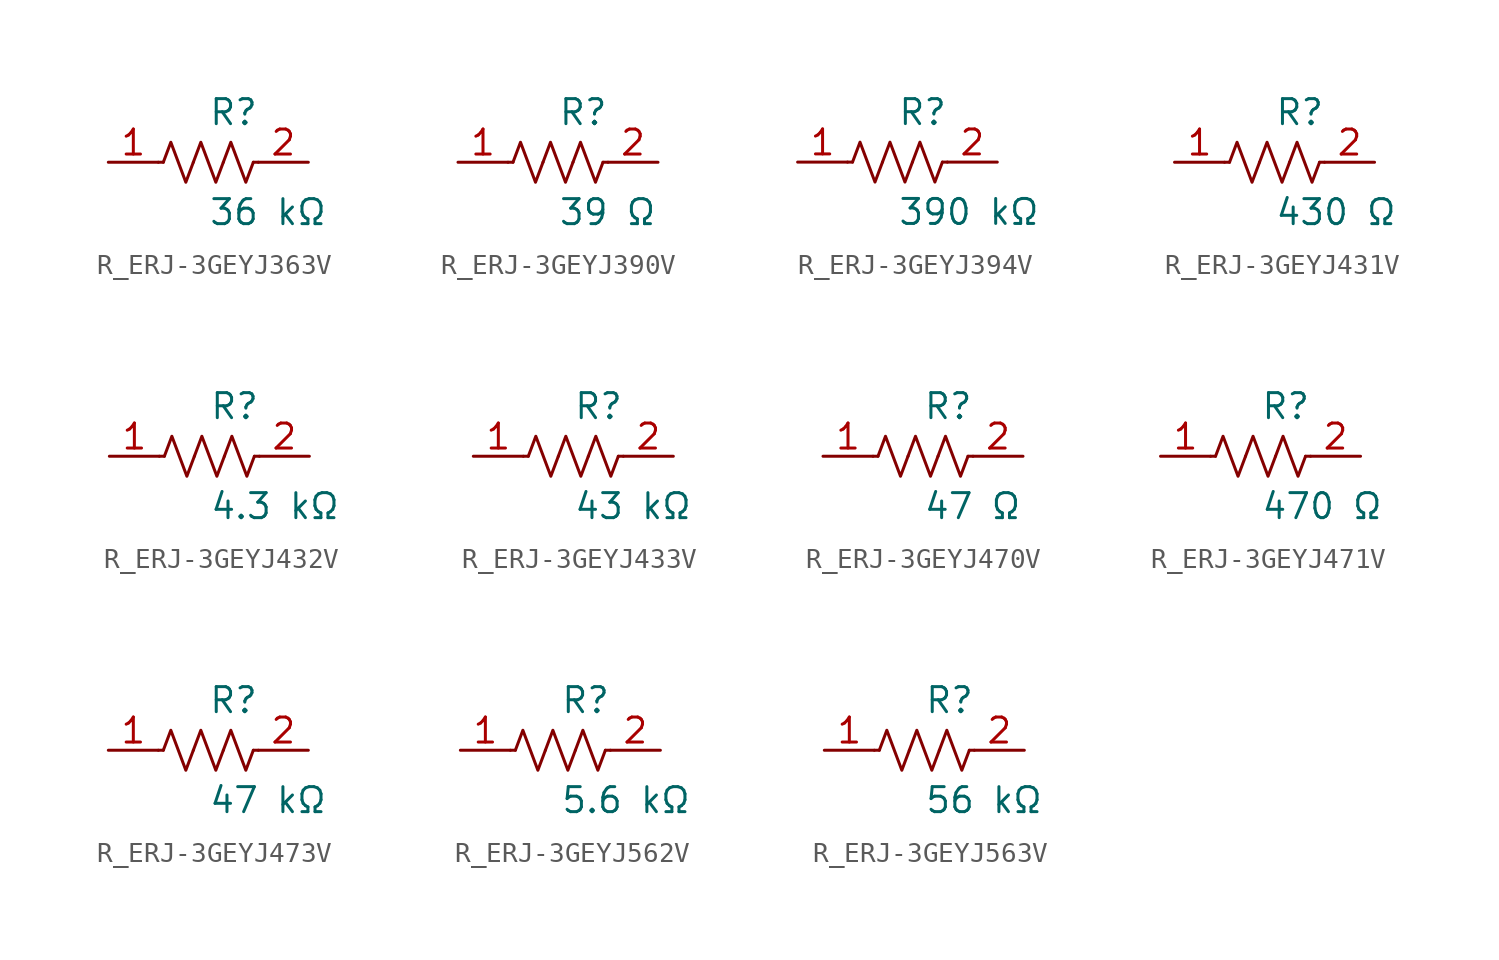
<source format=kicad_sym>
(kicad_symbol_lib
  (version 20231120)
  (generator kicad_symbol_editor)
  (generator_version 8.0)
  (symbol "R_ERJ-3GEYJ363V"
    (pin_names
      (offset 0.254))
    (property "Reference" "R"
      (at 0.0 2.54 0)
      (effects (font (size 1.27 1.27)) (justify left)))
    (property "Value" "36 kΩ"
      (at 0.0 -2.54 0)
      (effects (font (size 1.27 1.27)) (justify left)))
    (symbol "R_ERJ-3GEYJ363V_0_1"
      (polyline (pts (xy 2.286 0) (xy 2.54 0)) (stroke (width 0) (type default)) (fill (type none)))
      (polyline (pts (xy -2.286 0) (xy -2.54 0)) (stroke (width 0) (type default)) (fill (type none)))
      (polyline (pts (xy 0.762 0) (xy 1.143 1.016) (xy 1.524 0) (xy 1.905 -1.016) (xy 2.286 0)) (stroke (width 0) (type default)) (fill (type none)))
      (polyline (pts (xy -0.762 0) (xy -0.381 1.016) (xy 0 0) (xy 0.381 -1.016) (xy 0.762 0)) (stroke (width 0) (type default)) (fill (type none)))
      (polyline (pts (xy -2.286 0) (xy -1.905 1.016) (xy -1.524 0) (xy -1.143 -1.016) (xy -0.762 0)) (stroke (width 0) (type default)) (fill (type none))))
    (pin unspecified line
      (at -5.08 0 0)
      (length 2.54)
      (name "" (effects (font (size 1.27 1.27))))
      (number "1" (effects (font (size 1.27 1.27)))))
    (pin unspecified line
      (at 5.08 0 180)
      (length 2.54)
      (name "" (effects (font (size 1.27 1.27))))
      (number "2" (effects (font (size 1.27 1.27))))))
  (symbol "R_ERJ-3GEYJ390V"
    (pin_names
      (offset 0.254))
    (property "Reference" "R"
      (at 0.0 2.54 0)
      (effects (font (size 1.27 1.27)) (justify left)))
    (property "Value" "39 Ω"
      (at 0.0 -2.54 0)
      (effects (font (size 1.27 1.27)) (justify left)))
    (symbol "R_ERJ-3GEYJ390V_0_1"
      (polyline (pts (xy 2.286 0) (xy 2.54 0)) (stroke (width 0) (type default)) (fill (type none)))
      (polyline (pts (xy -2.286 0) (xy -2.54 0)) (stroke (width 0) (type default)) (fill (type none)))
      (polyline (pts (xy 0.762 0) (xy 1.143 1.016) (xy 1.524 0) (xy 1.905 -1.016) (xy 2.286 0)) (stroke (width 0) (type default)) (fill (type none)))
      (polyline (pts (xy -0.762 0) (xy -0.381 1.016) (xy 0 0) (xy 0.381 -1.016) (xy 0.762 0)) (stroke (width 0) (type default)) (fill (type none)))
      (polyline (pts (xy -2.286 0) (xy -1.905 1.016) (xy -1.524 0) (xy -1.143 -1.016) (xy -0.762 0)) (stroke (width 0) (type default)) (fill (type none))))
    (pin unspecified line
      (at -5.08 0 0)
      (length 2.54)
      (name "" (effects (font (size 1.27 1.27))))
      (number "1" (effects (font (size 1.27 1.27)))))
    (pin unspecified line
      (at 5.08 0 180)
      (length 2.54)
      (name "" (effects (font (size 1.27 1.27))))
      (number "2" (effects (font (size 1.27 1.27))))))
  (symbol "R_ERJ-3GEYJ394V"
    (pin_names
      (offset 0.254))
    (property "Reference" "R"
      (at 0.0 2.54 0)
      (effects (font (size 1.27 1.27)) (justify left)))
    (property "Value" "390 kΩ"
      (at 0.0 -2.54 0)
      (effects (font (size 1.27 1.27)) (justify left)))
    (symbol "R_ERJ-3GEYJ394V_0_1"
      (polyline (pts (xy 2.286 0) (xy 2.54 0)) (stroke (width 0) (type default)) (fill (type none)))
      (polyline (pts (xy -2.286 0) (xy -2.54 0)) (stroke (width 0) (type default)) (fill (type none)))
      (polyline (pts (xy 0.762 0) (xy 1.143 1.016) (xy 1.524 0) (xy 1.905 -1.016) (xy 2.286 0)) (stroke (width 0) (type default)) (fill (type none)))
      (polyline (pts (xy -0.762 0) (xy -0.381 1.016) (xy 0 0) (xy 0.381 -1.016) (xy 0.762 0)) (stroke (width 0) (type default)) (fill (type none)))
      (polyline (pts (xy -2.286 0) (xy -1.905 1.016) (xy -1.524 0) (xy -1.143 -1.016) (xy -0.762 0)) (stroke (width 0) (type default)) (fill (type none))))
    (pin unspecified line
      (at -5.08 0 0)
      (length 2.54)
      (name "" (effects (font (size 1.27 1.27))))
      (number "1" (effects (font (size 1.27 1.27)))))
    (pin unspecified line
      (at 5.08 0 180)
      (length 2.54)
      (name "" (effects (font (size 1.27 1.27))))
      (number "2" (effects (font (size 1.27 1.27))))))
  (symbol "R_ERJ-3GEYJ431V"
    (pin_names
      (offset 0.254))
    (property "Reference" "R"
      (at 0.0 2.54 0)
      (effects (font (size 1.27 1.27)) (justify left)))
    (property "Value" "430 Ω"
      (at 0.0 -2.54 0)
      (effects (font (size 1.27 1.27)) (justify left)))
    (symbol "R_ERJ-3GEYJ431V_0_1"
      (polyline (pts (xy 2.286 0) (xy 2.54 0)) (stroke (width 0) (type default)) (fill (type none)))
      (polyline (pts (xy -2.286 0) (xy -2.54 0)) (stroke (width 0) (type default)) (fill (type none)))
      (polyline (pts (xy 0.762 0) (xy 1.143 1.016) (xy 1.524 0) (xy 1.905 -1.016) (xy 2.286 0)) (stroke (width 0) (type default)) (fill (type none)))
      (polyline (pts (xy -0.762 0) (xy -0.381 1.016) (xy 0 0) (xy 0.381 -1.016) (xy 0.762 0)) (stroke (width 0) (type default)) (fill (type none)))
      (polyline (pts (xy -2.286 0) (xy -1.905 1.016) (xy -1.524 0) (xy -1.143 -1.016) (xy -0.762 0)) (stroke (width 0) (type default)) (fill (type none))))
    (pin unspecified line
      (at -5.08 0 0)
      (length 2.54)
      (name "" (effects (font (size 1.27 1.27))))
      (number "1" (effects (font (size 1.27 1.27)))))
    (pin unspecified line
      (at 5.08 0 180)
      (length 2.54)
      (name "" (effects (font (size 1.27 1.27))))
      (number "2" (effects (font (size 1.27 1.27))))))
  (symbol "R_ERJ-3GEYJ432V"
    (pin_names
      (offset 0.254))
    (property "Reference" "R"
      (at 0.0 2.54 0)
      (effects (font (size 1.27 1.27)) (justify left)))
    (property "Value" "4.3 kΩ"
      (at 0.0 -2.54 0)
      (effects (font (size 1.27 1.27)) (justify left)))
    (symbol "R_ERJ-3GEYJ432V_0_1"
      (polyline (pts (xy 2.286 0) (xy 2.54 0)) (stroke (width 0) (type default)) (fill (type none)))
      (polyline (pts (xy -2.286 0) (xy -2.54 0)) (stroke (width 0) (type default)) (fill (type none)))
      (polyline (pts (xy 0.762 0) (xy 1.143 1.016) (xy 1.524 0) (xy 1.905 -1.016) (xy 2.286 0)) (stroke (width 0) (type default)) (fill (type none)))
      (polyline (pts (xy -0.762 0) (xy -0.381 1.016) (xy 0 0) (xy 0.381 -1.016) (xy 0.762 0)) (stroke (width 0) (type default)) (fill (type none)))
      (polyline (pts (xy -2.286 0) (xy -1.905 1.016) (xy -1.524 0) (xy -1.143 -1.016) (xy -0.762 0)) (stroke (width 0) (type default)) (fill (type none))))
    (pin unspecified line
      (at -5.08 0 0)
      (length 2.54)
      (name "" (effects (font (size 1.27 1.27))))
      (number "1" (effects (font (size 1.27 1.27)))))
    (pin unspecified line
      (at 5.08 0 180)
      (length 2.54)
      (name "" (effects (font (size 1.27 1.27))))
      (number "2" (effects (font (size 1.27 1.27))))))
  (symbol "R_ERJ-3GEYJ433V"
    (pin_names
      (offset 0.254))
    (property "Reference" "R"
      (at 0.0 2.54 0)
      (effects (font (size 1.27 1.27)) (justify left)))
    (property "Value" "43 kΩ"
      (at 0.0 -2.54 0)
      (effects (font (size 1.27 1.27)) (justify left)))
    (symbol "R_ERJ-3GEYJ433V_0_1"
      (polyline (pts (xy 2.286 0) (xy 2.54 0)) (stroke (width 0) (type default)) (fill (type none)))
      (polyline (pts (xy -2.286 0) (xy -2.54 0)) (stroke (width 0) (type default)) (fill (type none)))
      (polyline (pts (xy 0.762 0) (xy 1.143 1.016) (xy 1.524 0) (xy 1.905 -1.016) (xy 2.286 0)) (stroke (width 0) (type default)) (fill (type none)))
      (polyline (pts (xy -0.762 0) (xy -0.381 1.016) (xy 0 0) (xy 0.381 -1.016) (xy 0.762 0)) (stroke (width 0) (type default)) (fill (type none)))
      (polyline (pts (xy -2.286 0) (xy -1.905 1.016) (xy -1.524 0) (xy -1.143 -1.016) (xy -0.762 0)) (stroke (width 0) (type default)) (fill (type none))))
    (pin unspecified line
      (at -5.08 0 0)
      (length 2.54)
      (name "" (effects (font (size 1.27 1.27))))
      (number "1" (effects (font (size 1.27 1.27)))))
    (pin unspecified line
      (at 5.08 0 180)
      (length 2.54)
      (name "" (effects (font (size 1.27 1.27))))
      (number "2" (effects (font (size 1.27 1.27))))))
  (symbol "R_ERJ-3GEYJ470V"
    (pin_names
      (offset 0.254))
    (property "Reference" "R"
      (at 0.0 2.54 0)
      (effects (font (size 1.27 1.27)) (justify left)))
    (property "Value" "47 Ω"
      (at 0.0 -2.54 0)
      (effects (font (size 1.27 1.27)) (justify left)))
    (symbol "R_ERJ-3GEYJ470V_0_1"
      (polyline (pts (xy 2.286 0) (xy 2.54 0)) (stroke (width 0) (type default)) (fill (type none)))
      (polyline (pts (xy -2.286 0) (xy -2.54 0)) (stroke (width 0) (type default)) (fill (type none)))
      (polyline (pts (xy 0.762 0) (xy 1.143 1.016) (xy 1.524 0) (xy 1.905 -1.016) (xy 2.286 0)) (stroke (width 0) (type default)) (fill (type none)))
      (polyline (pts (xy -0.762 0) (xy -0.381 1.016) (xy 0 0) (xy 0.381 -1.016) (xy 0.762 0)) (stroke (width 0) (type default)) (fill (type none)))
      (polyline (pts (xy -2.286 0) (xy -1.905 1.016) (xy -1.524 0) (xy -1.143 -1.016) (xy -0.762 0)) (stroke (width 0) (type default)) (fill (type none))))
    (pin unspecified line
      (at -5.08 0 0)
      (length 2.54)
      (name "" (effects (font (size 1.27 1.27))))
      (number "1" (effects (font (size 1.27 1.27)))))
    (pin unspecified line
      (at 5.08 0 180)
      (length 2.54)
      (name "" (effects (font (size 1.27 1.27))))
      (number "2" (effects (font (size 1.27 1.27))))))
  (symbol "R_ERJ-3GEYJ471V"
    (pin_names
      (offset 0.254))
    (property "Reference" "R"
      (at 0.0 2.54 0)
      (effects (font (size 1.27 1.27)) (justify left)))
    (property "Value" "470 Ω"
      (at 0.0 -2.54 0)
      (effects (font (size 1.27 1.27)) (justify left)))
    (symbol "R_ERJ-3GEYJ471V_0_1"
      (polyline (pts (xy 2.286 0) (xy 2.54 0)) (stroke (width 0) (type default)) (fill (type none)))
      (polyline (pts (xy -2.286 0) (xy -2.54 0)) (stroke (width 0) (type default)) (fill (type none)))
      (polyline (pts (xy 0.762 0) (xy 1.143 1.016) (xy 1.524 0) (xy 1.905 -1.016) (xy 2.286 0)) (stroke (width 0) (type default)) (fill (type none)))
      (polyline (pts (xy -0.762 0) (xy -0.381 1.016) (xy 0 0) (xy 0.381 -1.016) (xy 0.762 0)) (stroke (width 0) (type default)) (fill (type none)))
      (polyline (pts (xy -2.286 0) (xy -1.905 1.016) (xy -1.524 0) (xy -1.143 -1.016) (xy -0.762 0)) (stroke (width 0) (type default)) (fill (type none))))
    (pin unspecified line
      (at -5.08 0 0)
      (length 2.54)
      (name "" (effects (font (size 1.27 1.27))))
      (number "1" (effects (font (size 1.27 1.27)))))
    (pin unspecified line
      (at 5.08 0 180)
      (length 2.54)
      (name "" (effects (font (size 1.27 1.27))))
      (number "2" (effects (font (size 1.27 1.27))))))
  (symbol "R_ERJ-3GEYJ473V"
    (pin_names
      (offset 0.254))
    (property "Reference" "R"
      (at 0.0 2.54 0)
      (effects (font (size 1.27 1.27)) (justify left)))
    (property "Value" "47 kΩ"
      (at 0.0 -2.54 0)
      (effects (font (size 1.27 1.27)) (justify left)))
    (symbol "R_ERJ-3GEYJ473V_0_1"
      (polyline (pts (xy 2.286 0) (xy 2.54 0)) (stroke (width 0) (type default)) (fill (type none)))
      (polyline (pts (xy -2.286 0) (xy -2.54 0)) (stroke (width 0) (type default)) (fill (type none)))
      (polyline (pts (xy 0.762 0) (xy 1.143 1.016) (xy 1.524 0) (xy 1.905 -1.016) (xy 2.286 0)) (stroke (width 0) (type default)) (fill (type none)))
      (polyline (pts (xy -0.762 0) (xy -0.381 1.016) (xy 0 0) (xy 0.381 -1.016) (xy 0.762 0)) (stroke (width 0) (type default)) (fill (type none)))
      (polyline (pts (xy -2.286 0) (xy -1.905 1.016) (xy -1.524 0) (xy -1.143 -1.016) (xy -0.762 0)) (stroke (width 0) (type default)) (fill (type none))))
    (pin unspecified line
      (at -5.08 0 0)
      (length 2.54)
      (name "" (effects (font (size 1.27 1.27))))
      (number "1" (effects (font (size 1.27 1.27)))))
    (pin unspecified line
      (at 5.08 0 180)
      (length 2.54)
      (name "" (effects (font (size 1.27 1.27))))
      (number "2" (effects (font (size 1.27 1.27))))))
  (symbol "R_ERJ-3GEYJ562V"
    (pin_names
      (offset 0.254))
    (property "Reference" "R"
      (at 0.0 2.54 0)
      (effects (font (size 1.27 1.27)) (justify left)))
    (property "Value" "5.6 kΩ"
      (at 0.0 -2.54 0)
      (effects (font (size 1.27 1.27)) (justify left)))
    (symbol "R_ERJ-3GEYJ562V_0_1"
      (polyline (pts (xy 2.286 0) (xy 2.54 0)) (stroke (width 0) (type default)) (fill (type none)))
      (polyline (pts (xy -2.286 0) (xy -2.54 0)) (stroke (width 0) (type default)) (fill (type none)))
      (polyline (pts (xy 0.762 0) (xy 1.143 1.016) (xy 1.524 0) (xy 1.905 -1.016) (xy 2.286 0)) (stroke (width 0) (type default)) (fill (type none)))
      (polyline (pts (xy -0.762 0) (xy -0.381 1.016) (xy 0 0) (xy 0.381 -1.016) (xy 0.762 0)) (stroke (width 0) (type default)) (fill (type none)))
      (polyline (pts (xy -2.286 0) (xy -1.905 1.016) (xy -1.524 0) (xy -1.143 -1.016) (xy -0.762 0)) (stroke (width 0) (type default)) (fill (type none))))
    (pin unspecified line
      (at -5.08 0 0)
      (length 2.54)
      (name "" (effects (font (size 1.27 1.27))))
      (number "1" (effects (font (size 1.27 1.27)))))
    (pin unspecified line
      (at 5.08 0 180)
      (length 2.54)
      (name "" (effects (font (size 1.27 1.27))))
      (number "2" (effects (font (size 1.27 1.27))))))
  (symbol "R_ERJ-3GEYJ563V"
    (pin_names
      (offset 0.254))
    (property "Reference" "R"
      (at 0.0 2.54 0)
      (effects (font (size 1.27 1.27)) (justify left)))
    (property "Value" "56 kΩ"
      (at 0.0 -2.54 0)
      (effects (font (size 1.27 1.27)) (justify left)))
    (symbol "R_ERJ-3GEYJ563V_0_1"
      (polyline (pts (xy 2.286 0) (xy 2.54 0)) (stroke (width 0) (type default)) (fill (type none)))
      (polyline (pts (xy -2.286 0) (xy -2.54 0)) (stroke (width 0) (type default)) (fill (type none)))
      (polyline (pts (xy 0.762 0) (xy 1.143 1.016) (xy 1.524 0) (xy 1.905 -1.016) (xy 2.286 0)) (stroke (width 0) (type default)) (fill (type none)))
      (polyline (pts (xy -0.762 0) (xy -0.381 1.016) (xy 0 0) (xy 0.381 -1.016) (xy 0.762 0)) (stroke (width 0) (type default)) (fill (type none)))
      (polyline (pts (xy -2.286 0) (xy -1.905 1.016) (xy -1.524 0) (xy -1.143 -1.016) (xy -0.762 0)) (stroke (width 0) (type default)) (fill (type none))))
    (pin unspecified line
      (at -5.08 0 0)
      (length 2.54)
      (name "" (effects (font (size 1.27 1.27))))
      (number "1" (effects (font (size 1.27 1.27)))))
    (pin unspecified line
      (at 5.08 0 180)
      (length 2.54)
      (name "" (effects (font (size 1.27 1.27))))
      (number "2" (effects (font (size 1.27 1.27)))))))
</source>
